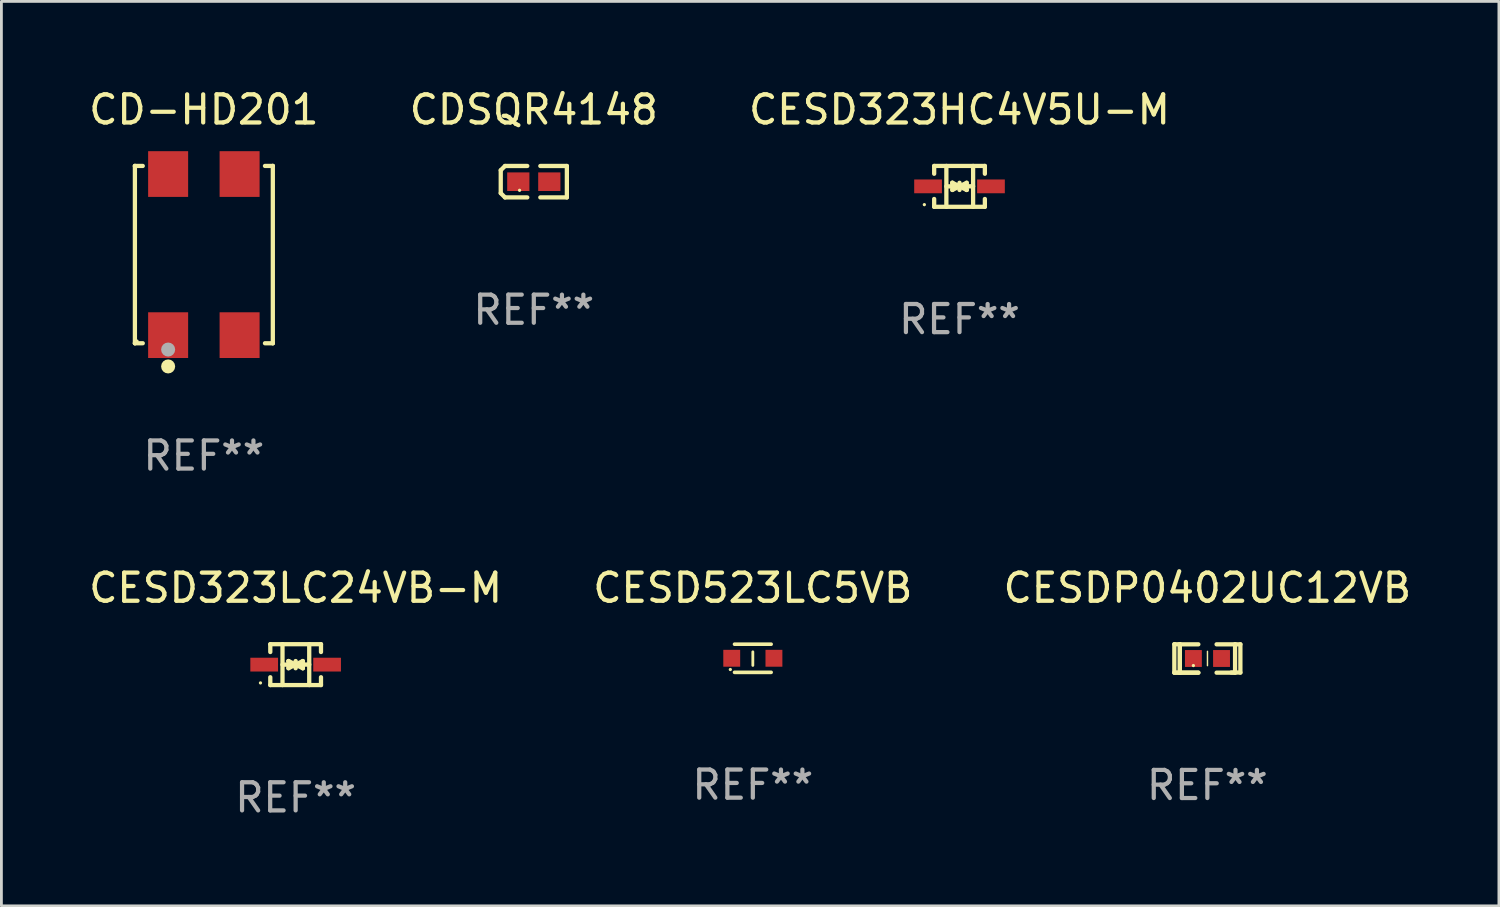
<source format=kicad_pcb>
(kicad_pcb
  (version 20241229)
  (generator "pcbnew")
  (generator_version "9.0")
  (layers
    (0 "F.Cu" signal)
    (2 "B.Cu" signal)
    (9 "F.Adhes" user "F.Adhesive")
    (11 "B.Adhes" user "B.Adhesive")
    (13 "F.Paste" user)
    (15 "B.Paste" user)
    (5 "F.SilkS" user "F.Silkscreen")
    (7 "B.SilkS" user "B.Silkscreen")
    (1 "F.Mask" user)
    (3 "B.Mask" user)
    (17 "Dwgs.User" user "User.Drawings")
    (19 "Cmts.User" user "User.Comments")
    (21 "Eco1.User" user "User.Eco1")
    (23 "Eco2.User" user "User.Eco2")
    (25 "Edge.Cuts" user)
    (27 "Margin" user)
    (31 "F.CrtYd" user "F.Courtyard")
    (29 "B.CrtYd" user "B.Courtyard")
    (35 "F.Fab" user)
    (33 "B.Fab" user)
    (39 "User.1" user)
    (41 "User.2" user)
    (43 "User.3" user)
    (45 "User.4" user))
  (footprint "CESD323LC24VB-M"
    (layer "F.Cu")
    (at 7.458 20.573)
    (property "Reference" "CESD323LC24VB-M" (at 0 -2.726 0) (layer "F.SilkS") (effects (font (size 1 1) (thickness 0.15))))
    (attr through_hole)
    (fp_line (start -0.901 -0.726) (end -0.901 -0.448) (stroke (width 0.152) (type solid)) (layer "F.SilkS"))
    (fp_line (start -0.901 0.726) (end -0.901 0.448) (stroke (width 0.152) (type solid)) (layer "F.SilkS"))
    (fp_line (start -0.467 0) (end 0.483 -0.003) (stroke (width 0.154) (type solid)) (layer "F.SilkS"))
    (fp_line (start -0.467 0.726) (end -0.467 -0.726) (stroke (width 0.152) (type solid)) (layer "F.SilkS"))
    (fp_line (start -0.254 -0.127) (end -0.254 -0.127) (stroke (width 0.154) (type solid)) (layer "F.SilkS"))
    (fp_line (start -0.254 -0.127) (end -0.002 -0.003) (stroke (width 0.154) (type solid)) (layer "F.SilkS"))
    (fp_line (start -0.254 0.127) (end -0.254 -0.127) (stroke (width 0.154) (type solid)) (layer "F.SilkS"))
    (fp_line (start -0.127 0) (end 0.003 0) (stroke (width 0.154) (type solid)) (layer "F.SilkS"))
    (fp_line (start -0.003 0) (end -0.254 0.127) (stroke (width 0.154) (type solid)) (layer "F.SilkS"))
    (fp_line (start 0 -0.127) (end 0 0.127) (stroke (width 0.154) (type solid)) (layer "F.SilkS"))
    (fp_line (start 0.003 0) (end 0.254 -0.127) (stroke (width 0.154) (type solid)) (layer "F.SilkS"))
    (fp_line (start 0.127 0) (end -0.003 0) (stroke (width 0.154) (type solid)) (layer "F.SilkS"))
    (fp_line (start 0.254 -0.127) (end 0.254 0.127) (stroke (width 0.154) (type solid)) (layer "F.SilkS"))
    (fp_line (start 0.254 0.127) (end 0.002 0.003) (stroke (width 0.154) (type solid)) (layer "F.SilkS"))
    (fp_line (start 0.254 0.127) (end 0.254 0.127) (stroke (width 0.154) (type solid)) (layer "F.SilkS"))
    (fp_line (start 0.483 0.726) (end 0.483 -0.726) (stroke (width 0.152) (type solid)) (layer "F.SilkS"))
    (fp_line (start 0.901 -0.726) (end -0.901 -0.726) (stroke (width 0.152) (type solid)) (layer "F.SilkS"))
    (fp_line (start 0.901 -0.726) (end 0.901 -0.448) (stroke (width 0.152) (type solid)) (layer "F.SilkS"))
    (fp_line (start 0.901 0.726) (end -0.901 0.726) (stroke (width 0.152) (type solid)) (layer "F.SilkS"))
    (fp_line (start 0.901 0.726) (end 0.901 0.448) (stroke (width 0.152) (type solid)) (layer "F.SilkS"))
    (fp_circle (center -1.25 0.65) (end -1.22 0.65) (stroke (width 0.06) (type solid)) (fill no) (layer "F.SilkS"))
    (fp_text user "REF**" (at 0 4.726 0) (layer "F.Fab") (effects (font (size 1 1) (thickness 0.15))))
    (pad "1" smd rect (at -1.118 0) (size 0.985 0.49) (layers "F.Cu" "F.Mask" "F.Paste"))
    (pad "2" smd rect (at 1.118 0) (size 0.985 0.49) (layers "F.Cu" "F.Mask" "F.Paste")))
  (footprint "CD-HD201"
    (layer "F.Cu")
    (at 4.196 5.999)
    (property "Reference" "CD-HD201" (at 0 -5.151 0) (layer "F.SilkS") (effects (font (size 1 1) (thickness 0.15))))
    (attr through_hole)
    (fp_line (start -2.451 -3.151) (end -2.451 -3.151) (stroke (width 0.152) (type solid)) (layer "F.SilkS"))
    (fp_line (start -2.451 -3.151) (end -2.172 -3.151) (stroke (width 0.152) (type solid)) (layer "F.SilkS"))
    (fp_line (start -2.451 3.151) (end -2.451 -3.151) (stroke (width 0.152) (type solid)) (layer "F.SilkS"))
    (fp_line (start -2.451 3.151) (end -2.451 3.151) (stroke (width 0.152) (type solid)) (layer "F.SilkS"))
    (fp_line (start -2.172 3.151) (end -2.451 3.151) (stroke (width 0.152) (type solid)) (layer "F.SilkS"))
    (fp_line (start 2.172 3.151) (end 2.451 3.151) (stroke (width 0.152) (type solid)) (layer "F.SilkS"))
    (fp_line (start 2.451 -3.151) (end 2.172 -3.151) (stroke (width 0.152) (type solid)) (layer "F.SilkS"))
    (fp_line (start 2.451 -3.151) (end 2.451 -3.151) (stroke (width 0.152) (type solid)) (layer "F.SilkS"))
    (fp_line (start 2.451 3.151) (end 2.451 -3.151) (stroke (width 0.152) (type solid)) (layer "F.SilkS"))
    (fp_line (start 2.451 3.151) (end 2.451 3.151) (stroke (width 0.152) (type solid)) (layer "F.SilkS"))
    (fp_circle (center -2.375 3.075) (end -2.345 3.075) (stroke (width 0.06) (type solid)) (fill no) (layer "F.SilkS"))
    (fp_circle (center -1.27 3.975) (end -1.145 3.975) (stroke (width 0.25) (type solid)) (fill no) (layer "F.SilkS"))
    (fp_circle (center -1.27 3.375) (end -1.17 3.375) (stroke (width 0.2) (type solid)) (fill no) (layer "F.Fab"))
    (fp_circle (center -1.27 3.375) (end -1.145 3.375) (stroke (width 0.25) (type solid)) (fill no) (layer "F.Fab"))
    (fp_text user "REF**" (at 0 7.151 0) (layer "F.Fab") (effects (font (size 1 1) (thickness 0.15))))
    (pad "1" smd rect (at -1.27 2.863) (size 1.422 1.625) (layers "F.Cu" "F.Mask" "F.Paste"))
    (pad "2" smd rect (at 1.27 2.863) (size 1.422 1.625) (layers "F.Cu" "F.Mask" "F.Paste"))
    (pad "3" smd rect (at 1.27 -2.863) (size 1.422 1.625) (layers "F.Cu" "F.Mask" "F.Paste"))
    (pad "4" smd rect (at -1.27 -2.863) (size 1.422 1.625) (layers "F.Cu" "F.Mask" "F.Paste")))
  (footprint "CDSQR4148"
    (layer "F.Cu")
    (at 15.923 3.408)
    (property "Reference" "CDSQR4148" (at 0 -2.559 0) (layer "F.SilkS") (effects (font (size 1 1) (thickness 0.15))))
    (attr through_hole)
    (fp_line (start -1.175 -0.407) (end -1.023 -0.559) (stroke (width 0.152) (type solid)) (layer "F.SilkS"))
    (fp_line (start -1.175 0.407) (end -1.175 -0.407) (stroke (width 0.152) (type solid)) (layer "F.SilkS"))
    (fp_line (start -1.023 -0.559) (end -0.232 -0.559) (stroke (width 0.152) (type solid)) (layer "F.SilkS"))
    (fp_line (start -1.023 0.559) (end -1.175 0.407) (stroke (width 0.152) (type solid)) (layer "F.SilkS"))
    (fp_line (start -0.232 0.559) (end -1.023 0.559) (stroke (width 0.152) (type solid)) (layer "F.SilkS"))
    (fp_line (start 0.232 0.559) (end 1.175 0.559) (stroke (width 0.152) (type solid)) (layer "F.SilkS"))
    (fp_line (start 1.175 -0.559) (end 0.232 -0.559) (stroke (width 0.152) (type solid)) (layer "F.SilkS"))
    (fp_line (start 1.175 0.559) (end 1.175 -0.559) (stroke (width 0.152) (type solid)) (layer "F.SilkS"))
    (fp_circle (center -0.506 0.306) (end -0.476 0.306) (stroke (width 0.06) (type solid)) (fill no) (layer "F.SilkS"))
    (fp_text user "REF**" (at 0 4.559 0) (layer "F.Fab") (effects (font (size 1 1) (thickness 0.15))))
    (pad "1" smd rect (at -0.551 0) (size 0.79 0.661) (layers "F.Cu" "F.Mask" "F.Paste"))
    (pad "2" smd rect (at 0.551 0) (size 0.79 0.661) (layers "F.Cu" "F.Mask" "F.Paste")))
  (footprint "CESDP0402UC12VB"
    (layer "F.Cu")
    (at 39.863 20.353)
    (property "Reference" "CESDP0402UC12VB" (at 0 -2.506 0) (layer "F.SilkS") (effects (font (size 1 1) (thickness 0.15))))
    (attr through_hole)
    (fp_line (start -1.174 -0.506) (end -0.977 -0.502) (stroke (width 0.152) (type solid)) (layer "F.SilkS"))
    (fp_line (start -1.174 0.506) (end -1.174 -0.506) (stroke (width 0.152) (type solid)) (layer "F.SilkS"))
    (fp_line (start -0.977 -0.502) (end -0.977 0.506) (stroke (width 0.152) (type solid)) (layer "F.SilkS"))
    (fp_line (start -0.977 -0.502) (end -0.977 0.506) (stroke (width 0.152) (type solid)) (layer "F.SilkS"))
    (fp_line (start -0.977 0.506) (end -1.166 0.506) (stroke (width 0.152) (type solid)) (layer "F.SilkS"))
    (fp_line (start -0.977 0.506) (end -0.32 0.506) (stroke (width 0.152) (type solid)) (layer "F.SilkS"))
    (fp_line (start -0.977 0.506) (end -0.32 0.506) (stroke (width 0.152) (type solid)) (layer "F.SilkS"))
    (fp_line (start -0.971 0.506) (end -1.174 0.506) (stroke (width 0.152) (type solid)) (layer "F.SilkS"))
    (fp_line (start -0.32 -0.502) (end -0.977 -0.502) (stroke (width 0.152) (type solid)) (layer "F.SilkS"))
    (fp_line (start 0.004 -0.252) (end 0.004 0.256) (stroke (width 0.051) (type solid)) (layer "F.SilkS"))
    (fp_line (start 0.328 0.506) (end 0.985 0.506) (stroke (width 0.152) (type solid)) (layer "F.SilkS"))
    (fp_line (start 0.985 -0.502) (end 0.328 -0.502) (stroke (width 0.152) (type solid)) (layer "F.SilkS"))
    (fp_line (start 0.985 -0.502) (end 1.174 -0.502) (stroke (width 0.152) (type solid)) (layer "F.SilkS"))
    (fp_line (start 0.985 0.506) (end 0.985 -0.502) (stroke (width 0.152) (type solid)) (layer "F.SilkS"))
    (fp_line (start 1.174 -0.502) (end 1.174 0.502) (stroke (width 0.152) (type solid)) (layer "F.SilkS"))
    (fp_line (start 1.174 0.502) (end 0.851 0.502) (stroke (width 0.152) (type solid)) (layer "F.SilkS"))
    (fp_circle (center -0.497 0.253) (end -0.467 0.253) (stroke (width 0.06) (type solid)) (fill no) (layer "F.SilkS"))
    (fp_text user "REF**" (at 0 4.506 0) (layer "F.Fab") (effects (font (size 1 1) (thickness 0.15))))
    (pad "1" smd rect (at -0.496 0.002) (size 0.6 0.6) (layers "F.Cu" "F.Mask" "F.Paste"))
    (pad "2" smd rect (at 0.504 0.002) (size 0.6 0.6) (layers "F.Cu" "F.Mask" "F.Paste")))
  (footprint "CESD523LC5VB"
    (layer "F.Cu")
    (at 23.708 20.347)
    (property "Reference" "CESD523LC5VB" (at 0 -2.5 0) (layer "F.SilkS") (effects (font (size 1 1) (thickness 0.15))))
    (attr through_hole)
    (fp_line (start -0.65 -0.5) (end 0.65 -0.5) (stroke (width 0.13) (type solid)) (layer "F.SilkS"))
    (fp_line (start -0.65 0.5) (end 0.65 0.5) (stroke (width 0.13) (type solid)) (layer "F.SilkS"))
    (fp_line (start 0 -0.229) (end 0 0.254) (stroke (width 0.1) (type solid)) (layer "F.SilkS"))
    (fp_circle (center -0.8 0.4) (end -0.77 0.4) (stroke (width 0.06) (type solid)) (fill no) (layer "F.SilkS"))
    (fp_text user "REF**" (at 0 4.5 0) (layer "F.Fab") (effects (font (size 1 1) (thickness 0.15))))
    (pad "1" smd rect (at -0.75 0) (size 0.6 0.6) (layers "F.Cu" "F.Mask" "F.Paste"))
    (pad "2" smd rect (at 0.75 0 180) (size 0.6 0.6) (layers "F.Cu" "F.Mask" "F.Paste")))
  (footprint "CESD323HC4V5U-M"
    (layer "F.Cu")
    (at 31.054 3.574)
    (property "Reference" "CESD323HC4V5U-M" (at 0 -2.726 0) (layer "F.SilkS") (effects (font (size 1 1) (thickness 0.15))))
    (attr through_hole)
    (fp_line (start -0.901 -0.726) (end -0.901 -0.448) (stroke (width 0.152) (type solid)) (layer "F.SilkS"))
    (fp_line (start -0.901 0.726) (end -0.901 0.448) (stroke (width 0.152) (type solid)) (layer "F.SilkS"))
    (fp_line (start -0.467 0) (end 0.483 -0.003) (stroke (width 0.154) (type solid)) (layer "F.SilkS"))
    (fp_line (start -0.467 0.726) (end -0.467 -0.726) (stroke (width 0.152) (type solid)) (layer "F.SilkS"))
    (fp_line (start -0.254 -0.127) (end -0.254 -0.127) (stroke (width 0.154) (type solid)) (layer "F.SilkS"))
    (fp_line (start -0.254 -0.127) (end -0.002 -0.003) (stroke (width 0.154) (type solid)) (layer "F.SilkS"))
    (fp_line (start -0.254 0.127) (end -0.254 -0.127) (stroke (width 0.154) (type solid)) (layer "F.SilkS"))
    (fp_line (start -0.127 0) (end 0.003 0) (stroke (width 0.154) (type solid)) (layer "F.SilkS"))
    (fp_line (start -0.003 0) (end -0.254 0.127) (stroke (width 0.154) (type solid)) (layer "F.SilkS"))
    (fp_line (start 0 -0.127) (end 0 0.127) (stroke (width 0.154) (type solid)) (layer "F.SilkS"))
    (fp_line (start 0.003 0) (end 0.254 -0.127) (stroke (width 0.154) (type solid)) (layer "F.SilkS"))
    (fp_line (start 0.127 0) (end -0.003 0) (stroke (width 0.154) (type solid)) (layer "F.SilkS"))
    (fp_line (start 0.254 -0.127) (end 0.254 0.127) (stroke (width 0.154) (type solid)) (layer "F.SilkS"))
    (fp_line (start 0.254 0.127) (end 0.002 0.003) (stroke (width 0.154) (type solid)) (layer "F.SilkS"))
    (fp_line (start 0.254 0.127) (end 0.254 0.127) (stroke (width 0.154) (type solid)) (layer "F.SilkS"))
    (fp_line (start 0.483 0.726) (end 0.483 -0.726) (stroke (width 0.152) (type solid)) (layer "F.SilkS"))
    (fp_line (start 0.901 -0.726) (end -0.901 -0.726) (stroke (width 0.152) (type solid)) (layer "F.SilkS"))
    (fp_line (start 0.901 -0.726) (end 0.901 -0.448) (stroke (width 0.152) (type solid)) (layer "F.SilkS"))
    (fp_line (start 0.901 0.726) (end -0.901 0.726) (stroke (width 0.152) (type solid)) (layer "F.SilkS"))
    (fp_line (start 0.901 0.726) (end 0.901 0.448) (stroke (width 0.152) (type solid)) (layer "F.SilkS"))
    (fp_circle (center -1.25 0.65) (end -1.22 0.65) (stroke (width 0.06) (type solid)) (fill no) (layer "F.SilkS"))
    (fp_text user "REF**" (at 0 4.726 0) (layer "F.Fab") (effects (font (size 1 1) (thickness 0.15))))
    (pad "1" smd rect (at -1.118 0) (size 0.985 0.49) (layers "F.Cu" "F.Mask" "F.Paste"))
    (pad "2" smd rect (at 1.118 0) (size 0.985 0.49) (layers "F.Cu" "F.Mask" "F.Paste")))
  (gr_rect
    (start -3 -3)
    (end 50.226 29.148)
    (stroke (width 0.1) (type default))
    (fill no)
    (layer "Edge.Cuts")))
</source>
